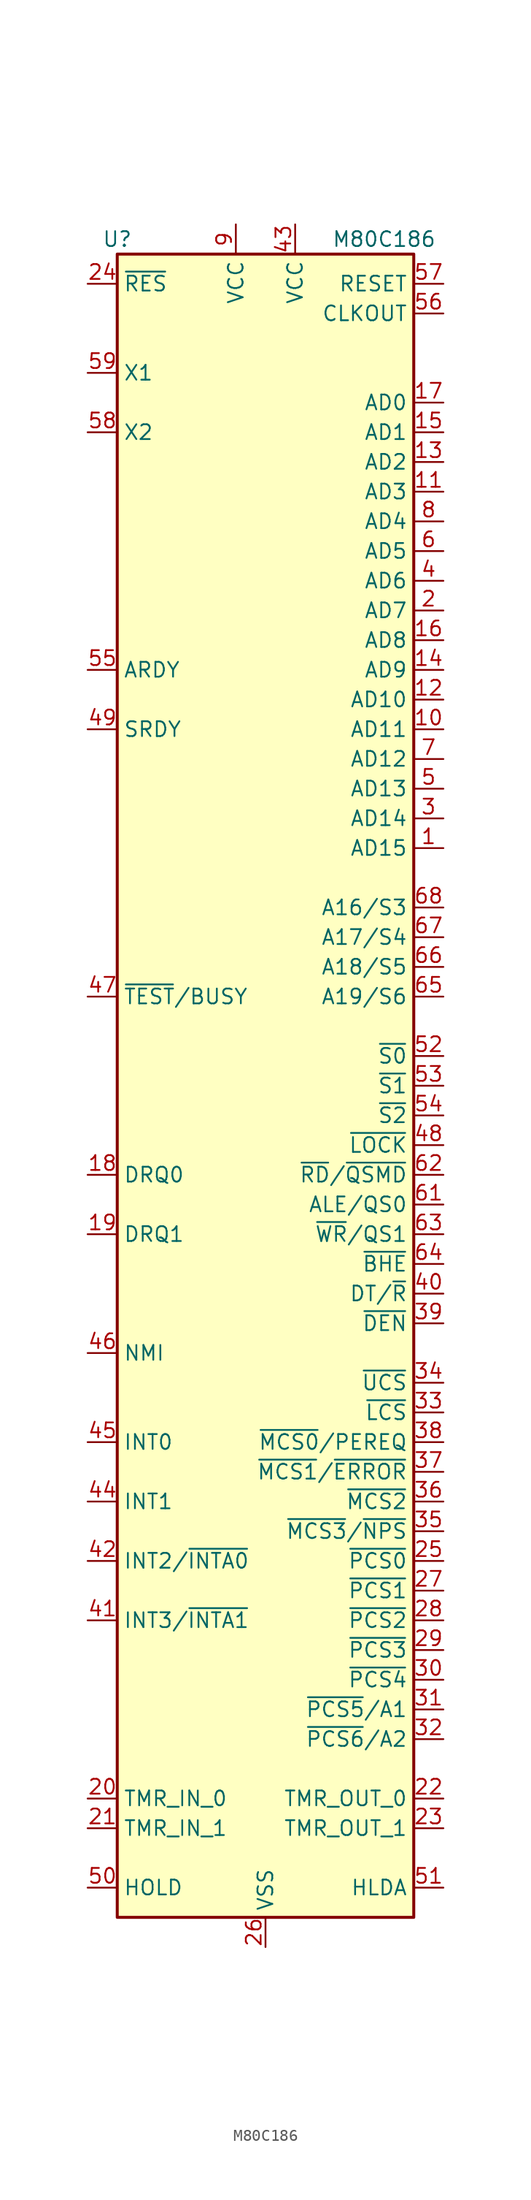
<source format=kicad_sym>
(kicad_symbol_lib
  (version 20200908)
  (generator kicad_symbol_editor)
  (symbol "MCU_Intel:M80C186"
    (property "Reference" "U"
      (at -12.7 72.39 0)
      (effects (font (size 1.27 1.27))))
    (property "Value" "M80C186"
      (at 10.16 72.39 0)
      (effects (font (size 1.27 1.27))))
    (symbol "M80C186_0_1"
      (rectangle (start 12.7 -71.12) (end -12.7 71.12) (stroke (width 0.254)) (fill (type background))))
    (symbol "M80C186_1_1"
      (pin bidirectional line (at 15.24 20.32 180) (length 2.54) (name "AD15" (effects (font (size 1.27 1.27)))) (number "1" (effects (font (size 1.27 1.27)))))
      (pin bidirectional line (at 15.24 30.48 180) (length 2.54) (name "AD11" (effects (font (size 1.27 1.27)))) (number "10" (effects (font (size 1.27 1.27)))))
      (pin bidirectional line (at 15.24 50.8 180) (length 2.54) (name "AD3" (effects (font (size 1.27 1.27)))) (number "11" (effects (font (size 1.27 1.27)))))
      (pin bidirectional line (at 15.24 33.02 180) (length 2.54) (name "AD10" (effects (font (size 1.27 1.27)))) (number "12" (effects (font (size 1.27 1.27)))))
      (pin bidirectional line (at 15.24 53.34 180) (length 2.54) (name "AD2" (effects (font (size 1.27 1.27)))) (number "13" (effects (font (size 1.27 1.27)))))
      (pin bidirectional line (at 15.24 35.56 180) (length 2.54) (name "AD9" (effects (font (size 1.27 1.27)))) (number "14" (effects (font (size 1.27 1.27)))))
      (pin bidirectional line (at 15.24 55.88 180) (length 2.54) (name "AD1" (effects (font (size 1.27 1.27)))) (number "15" (effects (font (size 1.27 1.27)))))
      (pin bidirectional line (at 15.24 38.1 180) (length 2.54) (name "AD8" (effects (font (size 1.27 1.27)))) (number "16" (effects (font (size 1.27 1.27)))))
      (pin bidirectional line (at 15.24 58.42 180) (length 2.54) (name "AD0" (effects (font (size 1.27 1.27)))) (number "17" (effects (font (size 1.27 1.27)))))
      (pin input line (at -15.24 -7.62 0) (length 2.54) (name "DRQ0" (effects (font (size 1.27 1.27)))) (number "18" (effects (font (size 1.27 1.27)))))
      (pin input line (at -15.24 -12.7 0) (length 2.54) (name "DRQ1" (effects (font (size 1.27 1.27)))) (number "19" (effects (font (size 1.27 1.27)))))
      (pin bidirectional line (at 15.24 40.64 180) (length 2.54) (name "AD7" (effects (font (size 1.27 1.27)))) (number "2" (effects (font (size 1.27 1.27)))))
      (pin input line (at -15.24 -60.96 0) (length 2.54) (name "TMR_IN_0" (effects (font (size 1.27 1.27)))) (number "20" (effects (font (size 1.27 1.27)))))
      (pin input line (at -15.24 -63.5 0) (length 2.54) (name "TMR_IN_1" (effects (font (size 1.27 1.27)))) (number "21" (effects (font (size 1.27 1.27)))))
      (pin output line (at 15.24 -60.96 180) (length 2.54) (name "TMR_OUT_0" (effects (font (size 1.27 1.27)))) (number "22" (effects (font (size 1.27 1.27)))))
      (pin output line (at 15.24 -63.5 180) (length 2.54) (name "TMR_OUT_1" (effects (font (size 1.27 1.27)))) (number "23" (effects (font (size 1.27 1.27)))))
      (pin input line (at -15.24 68.58 0) (length 2.54) (name "~RES~" (effects (font (size 1.27 1.27)))) (number "24" (effects (font (size 1.27 1.27)))))
      (pin output line (at 15.24 -40.64 180) (length 2.54) (name "~PCS0~" (effects (font (size 1.27 1.27)))) (number "25" (effects (font (size 1.27 1.27)))))
      (pin power_in line (at 0 -73.66 90) (length 2.54) (name "VSS" (effects (font (size 1.27 1.27)))) (number "26" (effects (font (size 1.27 1.27)))))
      (pin output line (at 15.24 -43.18 180) (length 2.54) (name "~PCS1~" (effects (font (size 1.27 1.27)))) (number "27" (effects (font (size 1.27 1.27)))))
      (pin output line (at 15.24 -45.72 180) (length 2.54) (name "~PCS2~" (effects (font (size 1.27 1.27)))) (number "28" (effects (font (size 1.27 1.27)))))
      (pin output line (at 15.24 -48.26 180) (length 2.54) (name "~PCS3~" (effects (font (size 1.27 1.27)))) (number "29" (effects (font (size 1.27 1.27)))))
      (pin bidirectional line (at 15.24 22.86 180) (length 2.54) (name "AD14" (effects (font (size 1.27 1.27)))) (number "3" (effects (font (size 1.27 1.27)))))
      (pin output line (at 15.24 -50.8 180) (length 2.54) (name "~PCS4~" (effects (font (size 1.27 1.27)))) (number "30" (effects (font (size 1.27 1.27)))))
      (pin output line (at 15.24 -53.34 180) (length 2.54) (name "~PCS5~/A1" (effects (font (size 1.27 1.27)))) (number "31" (effects (font (size 1.27 1.27)))))
      (pin output line (at 15.24 -55.88 180) (length 2.54) (name "~PCS6~/A2" (effects (font (size 1.27 1.27)))) (number "32" (effects (font (size 1.27 1.27)))))
      (pin output line (at 15.24 -27.94 180) (length 2.54) (name "~LCS~" (effects (font (size 1.27 1.27)))) (number "33" (effects (font (size 1.27 1.27)))))
      (pin output line (at 15.24 -25.4 180) (length 2.54) (name "~UCS~" (effects (font (size 1.27 1.27)))) (number "34" (effects (font (size 1.27 1.27)))))
      (pin output line (at 15.24 -38.1 180) (length 2.54) (name "~MCS3~/~NPS~" (effects (font (size 1.27 1.27)))) (number "35" (effects (font (size 1.27 1.27)))))
      (pin output line (at 15.24 -35.56 180) (length 2.54) (name "~MCS2~" (effects (font (size 1.27 1.27)))) (number "36" (effects (font (size 1.27 1.27)))))
      (pin bidirectional line (at 15.24 -33.02 180) (length 2.54) (name "~MCS1~/~ERROR~" (effects (font (size 1.27 1.27)))) (number "37" (effects (font (size 1.27 1.27)))))
      (pin bidirectional line (at 15.24 -30.48 180) (length 2.54) (name "~MCS0~/PEREQ" (effects (font (size 1.27 1.27)))) (number "38" (effects (font (size 1.27 1.27)))))
      (pin output line (at 15.24 -20.32 180) (length 2.54) (name "~DEN~" (effects (font (size 1.27 1.27)))) (number "39" (effects (font (size 1.27 1.27)))))
      (pin bidirectional line (at 15.24 43.18 180) (length 2.54) (name "AD6" (effects (font (size 1.27 1.27)))) (number "4" (effects (font (size 1.27 1.27)))))
      (pin output line (at 15.24 -17.78 180) (length 2.54) (name "DT/~R~" (effects (font (size 1.27 1.27)))) (number "40" (effects (font (size 1.27 1.27)))))
      (pin bidirectional line (at -15.24 -45.72 0) (length 2.54) (name "INT3/~INTA1~" (effects (font (size 1.27 1.27)))) (number "41" (effects (font (size 1.27 1.27)))))
      (pin bidirectional line (at -15.24 -40.64 0) (length 2.54) (name "INT2/~INTA0~" (effects (font (size 1.27 1.27)))) (number "42" (effects (font (size 1.27 1.27)))))
      (pin power_in line (at 2.54 73.66 270) (length 2.54) (name "VCC" (effects (font (size 1.27 1.27)))) (number "43" (effects (font (size 1.27 1.27)))))
      (pin input line (at -15.24 -35.56 0) (length 2.54) (name "INT1" (effects (font (size 1.27 1.27)))) (number "44" (effects (font (size 1.27 1.27)))))
      (pin input line (at -15.24 -30.48 0) (length 2.54) (name "INT0" (effects (font (size 1.27 1.27)))) (number "45" (effects (font (size 1.27 1.27)))))
      (pin input line (at -15.24 -22.86 0) (length 2.54) (name "NMI" (effects (font (size 1.27 1.27)))) (number "46" (effects (font (size 1.27 1.27)))))
      (pin input line (at -15.24 7.62 0) (length 2.54) (name "~TEST~/BUSY" (effects (font (size 1.27 1.27)))) (number "47" (effects (font (size 1.27 1.27)))))
      (pin output line (at 15.24 -5.08 180) (length 2.54) (name "~LOCK~" (effects (font (size 1.27 1.27)))) (number "48" (effects (font (size 1.27 1.27)))))
      (pin input line (at -15.24 30.48 0) (length 2.54) (name "SRDY" (effects (font (size 1.27 1.27)))) (number "49" (effects (font (size 1.27 1.27)))))
      (pin bidirectional line (at 15.24 25.4 180) (length 2.54) (name "AD13" (effects (font (size 1.27 1.27)))) (number "5" (effects (font (size 1.27 1.27)))))
      (pin input line (at -15.24 -68.58 0) (length 2.54) (name "HOLD" (effects (font (size 1.27 1.27)))) (number "50" (effects (font (size 1.27 1.27)))))
      (pin output line (at 15.24 -68.58 180) (length 2.54) (name "HLDA" (effects (font (size 1.27 1.27)))) (number "51" (effects (font (size 1.27 1.27)))))
      (pin output line (at 15.24 2.54 180) (length 2.54) (name "~S0~" (effects (font (size 1.27 1.27)))) (number "52" (effects (font (size 1.27 1.27)))))
      (pin output line (at 15.24 0 180) (length 2.54) (name "~S1~" (effects (font (size 1.27 1.27)))) (number "53" (effects (font (size 1.27 1.27)))))
      (pin output line (at 15.24 -2.54 180) (length 2.54) (name "~S2~" (effects (font (size 1.27 1.27)))) (number "54" (effects (font (size 1.27 1.27)))))
      (pin input line (at -15.24 35.56 0) (length 2.54) (name "ARDY" (effects (font (size 1.27 1.27)))) (number "55" (effects (font (size 1.27 1.27)))))
      (pin output line (at 15.24 66.04 180) (length 2.54) (name "CLKOUT" (effects (font (size 1.27 1.27)))) (number "56" (effects (font (size 1.27 1.27)))))
      (pin output line (at 15.24 68.58 180) (length 2.54) (name "RESET" (effects (font (size 1.27 1.27)))) (number "57" (effects (font (size 1.27 1.27)))))
      (pin output line (at -15.24 55.88 0) (length 2.54) (name "X2" (effects (font (size 1.27 1.27)))) (number "58" (effects (font (size 1.27 1.27)))))
      (pin input line (at -15.24 60.96 0) (length 2.54) (name "X1" (effects (font (size 1.27 1.27)))) (number "59" (effects (font (size 1.27 1.27)))))
      (pin bidirectional line (at 15.24 45.72 180) (length 2.54) (name "AD5" (effects (font (size 1.27 1.27)))) (number "6" (effects (font (size 1.27 1.27)))))
      (pin passive line (at 0 -73.66 90) (length 2.54) hide (name "VSS" (effects (font (size 1.27 1.27)))) (number "60" (effects (font (size 1.27 1.27)))))
      (pin output line (at 15.24 -10.16 180) (length 2.54) (name "ALE/QS0" (effects (font (size 1.27 1.27)))) (number "61" (effects (font (size 1.27 1.27)))))
      (pin output line (at 15.24 -7.62 180) (length 2.54) (name "~RD~/~QSMD~" (effects (font (size 1.27 1.27)))) (number "62" (effects (font (size 1.27 1.27)))))
      (pin output line (at 15.24 -12.7 180) (length 2.54) (name "~WR~/QS1" (effects (font (size 1.27 1.27)))) (number "63" (effects (font (size 1.27 1.27)))))
      (pin output line (at 15.24 -15.24 180) (length 2.54) (name "~BHE~" (effects (font (size 1.27 1.27)))) (number "64" (effects (font (size 1.27 1.27)))))
      (pin output line (at 15.24 7.62 180) (length 2.54) (name "A19/S6" (effects (font (size 1.27 1.27)))) (number "65" (effects (font (size 1.27 1.27)))))
      (pin output line (at 15.24 10.16 180) (length 2.54) (name "A18/S5" (effects (font (size 1.27 1.27)))) (number "66" (effects (font (size 1.27 1.27)))))
      (pin output line (at 15.24 12.7 180) (length 2.54) (name "A17/S4" (effects (font (size 1.27 1.27)))) (number "67" (effects (font (size 1.27 1.27)))))
      (pin output line (at 15.24 15.24 180) (length 2.54) (name "A16/S3" (effects (font (size 1.27 1.27)))) (number "68" (effects (font (size 1.27 1.27)))))
      (pin bidirectional line (at 15.24 27.94 180) (length 2.54) (name "AD12" (effects (font (size 1.27 1.27)))) (number "7" (effects (font (size 1.27 1.27)))))
      (pin bidirectional line (at 15.24 48.26 180) (length 2.54) (name "AD4" (effects (font (size 1.27 1.27)))) (number "8" (effects (font (size 1.27 1.27)))))
      (pin power_in line (at -2.54 73.66 270) (length 2.54) (name "VCC" (effects (font (size 1.27 1.27)))) (number "9" (effects (font (size 1.27 1.27))))))))
</source>
